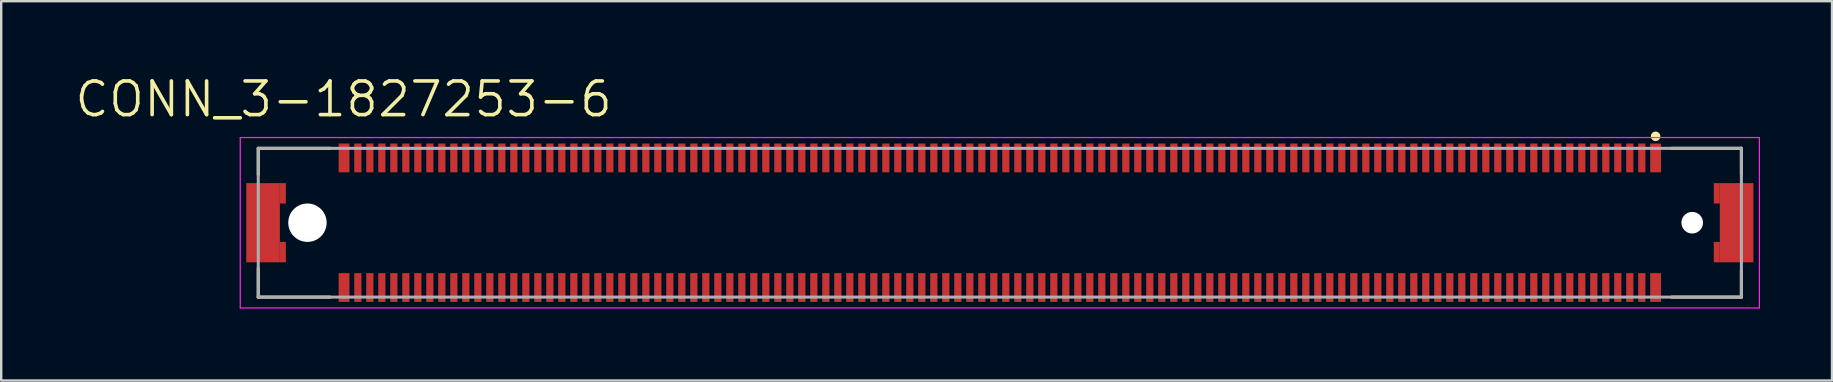
<source format=kicad_pcb>
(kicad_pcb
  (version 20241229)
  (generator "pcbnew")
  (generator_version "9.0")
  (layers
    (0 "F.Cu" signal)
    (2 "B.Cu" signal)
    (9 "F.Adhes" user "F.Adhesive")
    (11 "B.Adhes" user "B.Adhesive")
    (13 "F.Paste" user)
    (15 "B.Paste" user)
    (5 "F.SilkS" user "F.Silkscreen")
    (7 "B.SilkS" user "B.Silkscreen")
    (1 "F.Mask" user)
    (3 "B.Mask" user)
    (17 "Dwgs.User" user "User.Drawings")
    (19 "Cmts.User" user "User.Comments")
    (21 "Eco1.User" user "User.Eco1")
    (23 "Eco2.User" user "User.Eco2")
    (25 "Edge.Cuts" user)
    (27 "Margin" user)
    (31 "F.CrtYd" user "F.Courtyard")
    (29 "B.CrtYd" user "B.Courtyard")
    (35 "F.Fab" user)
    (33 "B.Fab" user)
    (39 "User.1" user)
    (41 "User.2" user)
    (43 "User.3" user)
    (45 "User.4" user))
  (footprint "CONN_3-1827253-6"
    (layer "F.Cu")
    (at 38.611 6.23)
    (property "Reference" "CONN_3-1827253-6" (at -27.344 -5.146 0) (layer "F.SilkS") (effects (font (size 1.402 1.402) (thickness 0.15))))
    (attr smd)
    (fp_line (start -30.9 -3.1) (end -30.9 -2) (stroke (width 0.127) (type solid)) (layer "F.SilkS"))
    (fp_line (start -30.9 -3.1) (end -27.9 -3.1) (stroke (width 0.127) (type solid)) (layer "F.SilkS"))
    (fp_line (start -30.9 1.9) (end -30.9 3.1) (stroke (width 0.127) (type solid)) (layer "F.SilkS"))
    (fp_line (start -30.9 3.1) (end -27.9 3.1) (stroke (width 0.127) (type solid)) (layer "F.SilkS"))
    (fp_line (start 28 -3.1) (end 30.9 -3.1) (stroke (width 0.127) (type solid)) (layer "F.SilkS"))
    (fp_line (start 30.9 -3.1) (end 30.9 -2) (stroke (width 0.127) (type solid)) (layer "F.SilkS"))
    (fp_line (start 30.9 2) (end 30.9 3.1) (stroke (width 0.127) (type solid)) (layer "F.SilkS"))
    (fp_line (start 30.9 3.1) (end 28 3.1) (stroke (width 0.127) (type solid)) (layer "F.SilkS"))
    (fp_circle (center 27.325 -3.6) (end 27.425 -3.6) (stroke (width 0.2) (type solid)) (fill no) (layer "F.SilkS"))
    (fp_line (start -31.65 -3.55) (end 31.65 -3.55) (stroke (width 0.05) (type solid)) (layer "F.CrtYd"))
    (fp_line (start -31.65 3.55) (end -31.65 -3.55) (stroke (width 0.05) (type solid)) (layer "F.CrtYd"))
    (fp_line (start 31.65 -3.55) (end 31.65 3.55) (stroke (width 0.05) (type solid)) (layer "F.CrtYd"))
    (fp_line (start 31.65 3.55) (end -31.65 3.55) (stroke (width 0.05) (type solid)) (layer "F.CrtYd"))
    (fp_line (start -30.9 -3.1) (end -30.9 3.1) (stroke (width 0.127) (type solid)) (layer "F.Fab"))
    (fp_line (start -30.9 -3.1) (end 30.9 -3.1) (stroke (width 0.127) (type solid)) (layer "F.Fab"))
    (fp_line (start -30.9 3.1) (end 30.9 3.1) (stroke (width 0.127) (type solid)) (layer "F.Fab"))
    (fp_line (start 30.9 -3.1) (end 30.9 3.1) (stroke (width 0.127) (type solid)) (layer "F.Fab"))
    (pad "" np_thru_hole circle (at -28.85 0) (size 1.6 1.6) (drill 1.6) (layers "*.Cu" "*.Mask"))
    (pad "" np_thru_hole circle (at 28.85 0) (size 0.9 0.9) (drill 0.9) (layers "*.Cu" "*.Mask"))
    (pad "1" smd rect (at 27.325 -2.7) (size 0.45 1.2) (layers "F.Cu" "F.Mask" "F.Paste"))
    (pad "2" smd rect (at 26.75 -2.7) (size 0.3 1.2) (layers "F.Cu" "F.Mask" "F.Paste"))
    (pad "3" smd rect (at 26.25 -2.7) (size 0.3 1.2) (layers "F.Cu" "F.Mask" "F.Paste"))
    (pad "4" smd rect (at 25.75 -2.7) (size 0.3 1.2) (layers "F.Cu" "F.Mask" "F.Paste"))
    (pad "5" smd rect (at 25.25 -2.7) (size 0.3 1.2) (layers "F.Cu" "F.Mask" "F.Paste"))
    (pad "6" smd rect (at 24.75 -2.7) (size 0.3 1.2) (layers "F.Cu" "F.Mask" "F.Paste"))
    (pad "7" smd rect (at 24.25 -2.7) (size 0.3 1.2) (layers "F.Cu" "F.Mask" "F.Paste"))
    (pad "8" smd rect (at 23.75 -2.7) (size 0.3 1.2) (layers "F.Cu" "F.Mask" "F.Paste"))
    (pad "9" smd rect (at 23.25 -2.7) (size 0.3 1.2) (layers "F.Cu" "F.Mask" "F.Paste"))
    (pad "10" smd rect (at 22.75 -2.7) (size 0.3 1.2) (layers "F.Cu" "F.Mask" "F.Paste"))
    (pad "11" smd rect (at 22.25 -2.7) (size 0.3 1.2) (layers "F.Cu" "F.Mask" "F.Paste"))
    (pad "12" smd rect (at 21.75 -2.7) (size 0.3 1.2) (layers "F.Cu" "F.Mask" "F.Paste"))
    (pad "13" smd rect (at 21.25 -2.7) (size 0.3 1.2) (layers "F.Cu" "F.Mask" "F.Paste"))
    (pad "14" smd rect (at 20.75 -2.7) (size 0.3 1.2) (layers "F.Cu" "F.Mask" "F.Paste"))
    (pad "15" smd rect (at 20.25 -2.7) (size 0.3 1.2) (layers "F.Cu" "F.Mask" "F.Paste"))
    (pad "16" smd rect (at 19.75 -2.7) (size 0.3 1.2) (layers "F.Cu" "F.Mask" "F.Paste"))
    (pad "17" smd rect (at 19.25 -2.7) (size 0.3 1.2) (layers "F.Cu" "F.Mask" "F.Paste"))
    (pad "18" smd rect (at 18.75 -2.7) (size 0.3 1.2) (layers "F.Cu" "F.Mask" "F.Paste"))
    (pad "19" smd rect (at 18.25 -2.7) (size 0.3 1.2) (layers "F.Cu" "F.Mask" "F.Paste"))
    (pad "20" smd rect (at 17.75 -2.7) (size 0.3 1.2) (layers "F.Cu" "F.Mask" "F.Paste"))
    (pad "21" smd rect (at 17.25 -2.7) (size 0.3 1.2) (layers "F.Cu" "F.Mask" "F.Paste"))
    (pad "22" smd rect (at 16.75 -2.7) (size 0.3 1.2) (layers "F.Cu" "F.Mask" "F.Paste"))
    (pad "23" smd rect (at 16.25 -2.7) (size 0.3 1.2) (layers "F.Cu" "F.Mask" "F.Paste"))
    (pad "24" smd rect (at 15.75 -2.7) (size 0.3 1.2) (layers "F.Cu" "F.Mask" "F.Paste"))
    (pad "25" smd rect (at 15.25 -2.7) (size 0.3 1.2) (layers "F.Cu" "F.Mask" "F.Paste"))
    (pad "26" smd rect (at 14.75 -2.7) (size 0.3 1.2) (layers "F.Cu" "F.Mask" "F.Paste"))
    (pad "27" smd rect (at 14.25 -2.7) (size 0.3 1.2) (layers "F.Cu" "F.Mask" "F.Paste"))
    (pad "28" smd rect (at 13.75 -2.7) (size 0.3 1.2) (layers "F.Cu" "F.Mask" "F.Paste"))
    (pad "29" smd rect (at 13.25 -2.7) (size 0.3 1.2) (layers "F.Cu" "F.Mask" "F.Paste"))
    (pad "30" smd rect (at 12.75 -2.7) (size 0.3 1.2) (layers "F.Cu" "F.Mask" "F.Paste"))
    (pad "31" smd rect (at 12.25 -2.7) (size 0.3 1.2) (layers "F.Cu" "F.Mask" "F.Paste"))
    (pad "32" smd rect (at 11.75 -2.7) (size 0.3 1.2) (layers "F.Cu" "F.Mask" "F.Paste"))
    (pad "33" smd rect (at 11.25 -2.7) (size 0.3 1.2) (layers "F.Cu" "F.Mask" "F.Paste"))
    (pad "34" smd rect (at 10.75 -2.7) (size 0.3 1.2) (layers "F.Cu" "F.Mask" "F.Paste"))
    (pad "35" smd rect (at 10.25 -2.7) (size 0.3 1.2) (layers "F.Cu" "F.Mask" "F.Paste"))
    (pad "36" smd rect (at 9.75 -2.7) (size 0.3 1.2) (layers "F.Cu" "F.Mask" "F.Paste"))
    (pad "37" smd rect (at 9.25 -2.7) (size 0.3 1.2) (layers "F.Cu" "F.Mask" "F.Paste"))
    (pad "38" smd rect (at 8.75 -2.7) (size 0.3 1.2) (layers "F.Cu" "F.Mask" "F.Paste"))
    (pad "39" smd rect (at 8.25 -2.7) (size 0.3 1.2) (layers "F.Cu" "F.Mask" "F.Paste"))
    (pad "40" smd rect (at 7.75 -2.7) (size 0.3 1.2) (layers "F.Cu" "F.Mask" "F.Paste"))
    (pad "41" smd rect (at 7.25 -2.7) (size 0.3 1.2) (layers "F.Cu" "F.Mask" "F.Paste"))
    (pad "42" smd rect (at 6.75 -2.7) (size 0.3 1.2) (layers "F.Cu" "F.Mask" "F.Paste"))
    (pad "43" smd rect (at 6.25 -2.7) (size 0.3 1.2) (layers "F.Cu" "F.Mask" "F.Paste"))
    (pad "44" smd rect (at 5.75 -2.7) (size 0.3 1.2) (layers "F.Cu" "F.Mask" "F.Paste"))
    (pad "45" smd rect (at 5.25 -2.7) (size 0.3 1.2) (layers "F.Cu" "F.Mask" "F.Paste"))
    (pad "46" smd rect (at 4.75 -2.7) (size 0.3 1.2) (layers "F.Cu" "F.Mask" "F.Paste"))
    (pad "47" smd rect (at 4.25 -2.7) (size 0.3 1.2) (layers "F.Cu" "F.Mask" "F.Paste"))
    (pad "48" smd rect (at 3.75 -2.7) (size 0.3 1.2) (layers "F.Cu" "F.Mask" "F.Paste"))
    (pad "49" smd rect (at 3.25 -2.7) (size 0.3 1.2) (layers "F.Cu" "F.Mask" "F.Paste"))
    (pad "50" smd rect (at 2.75 -2.7) (size 0.3 1.2) (layers "F.Cu" "F.Mask" "F.Paste"))
    (pad "51" smd rect (at 2.25 -2.7) (size 0.3 1.2) (layers "F.Cu" "F.Mask" "F.Paste"))
    (pad "52" smd rect (at 1.75 -2.7) (size 0.3 1.2) (layers "F.Cu" "F.Mask" "F.Paste"))
    (pad "53" smd rect (at 1.25 -2.7) (size 0.3 1.2) (layers "F.Cu" "F.Mask" "F.Paste"))
    (pad "54" smd rect (at 0.75 -2.7) (size 0.3 1.2) (layers "F.Cu" "F.Mask" "F.Paste"))
    (pad "55" smd rect (at 0.25 -2.7) (size 0.3 1.2) (layers "F.Cu" "F.Mask" "F.Paste"))
    (pad "56" smd rect (at -0.25 -2.7) (size 0.3 1.2) (layers "F.Cu" "F.Mask" "F.Paste"))
    (pad "57" smd rect (at -0.75 -2.7) (size 0.3 1.2) (layers "F.Cu" "F.Mask" "F.Paste"))
    (pad "58" smd rect (at -1.25 -2.7) (size 0.3 1.2) (layers "F.Cu" "F.Mask" "F.Paste"))
    (pad "59" smd rect (at -1.75 -2.7) (size 0.3 1.2) (layers "F.Cu" "F.Mask" "F.Paste"))
    (pad "60" smd rect (at -2.25 -2.7) (size 0.3 1.2) (layers "F.Cu" "F.Mask" "F.Paste"))
    (pad "61" smd rect (at -2.75 -2.7) (size 0.3 1.2) (layers "F.Cu" "F.Mask" "F.Paste"))
    (pad "62" smd rect (at -3.25 -2.7) (size 0.3 1.2) (layers "F.Cu" "F.Mask" "F.Paste"))
    (pad "63" smd rect (at -3.75 -2.7) (size 0.3 1.2) (layers "F.Cu" "F.Mask" "F.Paste"))
    (pad "64" smd rect (at -4.25 -2.7) (size 0.3 1.2) (layers "F.Cu" "F.Mask" "F.Paste"))
    (pad "65" smd rect (at -4.75 -2.7) (size 0.3 1.2) (layers "F.Cu" "F.Mask" "F.Paste"))
    (pad "66" smd rect (at -5.25 -2.7) (size 0.3 1.2) (layers "F.Cu" "F.Mask" "F.Paste"))
    (pad "67" smd rect (at -5.75 -2.7) (size 0.3 1.2) (layers "F.Cu" "F.Mask" "F.Paste"))
    (pad "68" smd rect (at -6.25 -2.7) (size 0.3 1.2) (layers "F.Cu" "F.Mask" "F.Paste"))
    (pad "69" smd rect (at -6.75 -2.7) (size 0.3 1.2) (layers "F.Cu" "F.Mask" "F.Paste"))
    (pad "70" smd rect (at -7.25 -2.7) (size 0.3 1.2) (layers "F.Cu" "F.Mask" "F.Paste"))
    (pad "71" smd rect (at -7.75 -2.7) (size 0.3 1.2) (layers "F.Cu" "F.Mask" "F.Paste"))
    (pad "72" smd rect (at -8.25 -2.7) (size 0.3 1.2) (layers "F.Cu" "F.Mask" "F.Paste"))
    (pad "73" smd rect (at -8.75 -2.7) (size 0.3 1.2) (layers "F.Cu" "F.Mask" "F.Paste"))
    (pad "74" smd rect (at -9.25 -2.7) (size 0.3 1.2) (layers "F.Cu" "F.Mask" "F.Paste"))
    (pad "75" smd rect (at -9.75 -2.7) (size 0.3 1.2) (layers "F.Cu" "F.Mask" "F.Paste"))
    (pad "76" smd rect (at -10.25 -2.7) (size 0.3 1.2) (layers "F.Cu" "F.Mask" "F.Paste"))
    (pad "77" smd rect (at -10.75 -2.7) (size 0.3 1.2) (layers "F.Cu" "F.Mask" "F.Paste"))
    (pad "78" smd rect (at -11.25 -2.7) (size 0.3 1.2) (layers "F.Cu" "F.Mask" "F.Paste"))
    (pad "79" smd rect (at -11.75 -2.7) (size 0.3 1.2) (layers "F.Cu" "F.Mask" "F.Paste"))
    (pad "80" smd rect (at -12.25 -2.7) (size 0.3 1.2) (layers "F.Cu" "F.Mask" "F.Paste"))
    (pad "81" smd rect (at -12.75 -2.7) (size 0.3 1.2) (layers "F.Cu" "F.Mask" "F.Paste"))
    (pad "82" smd rect (at -13.25 -2.7) (size 0.3 1.2) (layers "F.Cu" "F.Mask" "F.Paste"))
    (pad "83" smd rect (at -13.75 -2.7) (size 0.3 1.2) (layers "F.Cu" "F.Mask" "F.Paste"))
    (pad "84" smd rect (at -14.25 -2.7) (size 0.3 1.2) (layers "F.Cu" "F.Mask" "F.Paste"))
    (pad "85" smd rect (at -14.75 -2.7) (size 0.3 1.2) (layers "F.Cu" "F.Mask" "F.Paste"))
    (pad "86" smd rect (at -15.25 -2.7) (size 0.3 1.2) (layers "F.Cu" "F.Mask" "F.Paste"))
    (pad "87" smd rect (at -15.75 -2.7) (size 0.3 1.2) (layers "F.Cu" "F.Mask" "F.Paste"))
    (pad "88" smd rect (at -16.25 -2.7) (size 0.3 1.2) (layers "F.Cu" "F.Mask" "F.Paste"))
    (pad "89" smd rect (at -16.75 -2.7) (size 0.3 1.2) (layers "F.Cu" "F.Mask" "F.Paste"))
    (pad "90" smd rect (at -17.25 -2.7) (size 0.3 1.2) (layers "F.Cu" "F.Mask" "F.Paste"))
    (pad "91" smd rect (at -17.75 -2.7) (size 0.3 1.2) (layers "F.Cu" "F.Mask" "F.Paste"))
    (pad "92" smd rect (at -18.25 -2.7) (size 0.3 1.2) (layers "F.Cu" "F.Mask" "F.Paste"))
    (pad "93" smd rect (at -18.75 -2.7) (size 0.3 1.2) (layers "F.Cu" "F.Mask" "F.Paste"))
    (pad "94" smd rect (at -19.25 -2.7) (size 0.3 1.2) (layers "F.Cu" "F.Mask" "F.Paste"))
    (pad "95" smd rect (at -19.75 -2.7) (size 0.3 1.2) (layers "F.Cu" "F.Mask" "F.Paste"))
    (pad "96" smd rect (at -20.25 -2.7) (size 0.3 1.2) (layers "F.Cu" "F.Mask" "F.Paste"))
    (pad "97" smd rect (at -20.75 -2.7) (size 0.3 1.2) (layers "F.Cu" "F.Mask" "F.Paste"))
    (pad "98" smd rect (at -21.25 -2.7) (size 0.3 1.2) (layers "F.Cu" "F.Mask" "F.Paste"))
    (pad "99" smd rect (at -21.75 -2.7) (size 0.3 1.2) (layers "F.Cu" "F.Mask" "F.Paste"))
    (pad "100" smd rect (at -22.25 -2.7) (size 0.3 1.2) (layers "F.Cu" "F.Mask" "F.Paste"))
    (pad "101" smd rect (at -22.75 -2.7) (size 0.3 1.2) (layers "F.Cu" "F.Mask" "F.Paste"))
    (pad "102" smd rect (at -23.25 -2.7) (size 0.3 1.2) (layers "F.Cu" "F.Mask" "F.Paste"))
    (pad "103" smd rect (at -23.75 -2.7) (size 0.3 1.2) (layers "F.Cu" "F.Mask" "F.Paste"))
    (pad "104" smd rect (at -24.25 -2.7) (size 0.3 1.2) (layers "F.Cu" "F.Mask" "F.Paste"))
    (pad "105" smd rect (at -24.75 -2.7) (size 0.3 1.2) (layers "F.Cu" "F.Mask" "F.Paste"))
    (pad "106" smd rect (at -25.25 -2.7) (size 0.3 1.2) (layers "F.Cu" "F.Mask" "F.Paste"))
    (pad "107" smd rect (at -25.75 -2.7) (size 0.3 1.2) (layers "F.Cu" "F.Mask" "F.Paste"))
    (pad "108" smd rect (at -26.25 -2.7) (size 0.3 1.2) (layers "F.Cu" "F.Mask" "F.Paste"))
    (pad "109" smd rect (at -26.75 -2.7) (size 0.3 1.2) (layers "F.Cu" "F.Mask" "F.Paste"))
    (pad "110" smd rect (at -27.325 -2.7) (size 0.45 1.2) (layers "F.Cu" "F.Mask" "F.Paste"))
    (pad "111" smd rect (at -27.325 2.7) (size 0.45 1.2) (layers "F.Cu" "F.Mask" "F.Paste"))
    (pad "112" smd rect (at -26.75 2.7) (size 0.3 1.2) (layers "F.Cu" "F.Mask" "F.Paste"))
    (pad "113" smd rect (at -26.25 2.7) (size 0.3 1.2) (layers "F.Cu" "F.Mask" "F.Paste"))
    (pad "114" smd rect (at -25.75 2.7) (size 0.3 1.2) (layers "F.Cu" "F.Mask" "F.Paste"))
    (pad "115" smd rect (at -25.25 2.7) (size 0.3 1.2) (layers "F.Cu" "F.Mask" "F.Paste"))
    (pad "116" smd rect (at -24.75 2.7) (size 0.3 1.2) (layers "F.Cu" "F.Mask" "F.Paste"))
    (pad "117" smd rect (at -24.25 2.7) (size 0.3 1.2) (layers "F.Cu" "F.Mask" "F.Paste"))
    (pad "118" smd rect (at -23.75 2.7) (size 0.3 1.2) (layers "F.Cu" "F.Mask" "F.Paste"))
    (pad "119" smd rect (at -23.25 2.7) (size 0.3 1.2) (layers "F.Cu" "F.Mask" "F.Paste"))
    (pad "120" smd rect (at -22.75 2.7) (size 0.3 1.2) (layers "F.Cu" "F.Mask" "F.Paste"))
    (pad "121" smd rect (at -22.25 2.7) (size 0.3 1.2) (layers "F.Cu" "F.Mask" "F.Paste"))
    (pad "122" smd rect (at -21.75 2.7) (size 0.3 1.2) (layers "F.Cu" "F.Mask" "F.Paste"))
    (pad "123" smd rect (at -21.25 2.7) (size 0.3 1.2) (layers "F.Cu" "F.Mask" "F.Paste"))
    (pad "124" smd rect (at -20.75 2.7) (size 0.3 1.2) (layers "F.Cu" "F.Mask" "F.Paste"))
    (pad "125" smd rect (at -20.25 2.7) (size 0.3 1.2) (layers "F.Cu" "F.Mask" "F.Paste"))
    (pad "126" smd rect (at -19.75 2.7) (size 0.3 1.2) (layers "F.Cu" "F.Mask" "F.Paste"))
    (pad "127" smd rect (at -19.25 2.7) (size 0.3 1.2) (layers "F.Cu" "F.Mask" "F.Paste"))
    (pad "128" smd rect (at -18.75 2.7) (size 0.3 1.2) (layers "F.Cu" "F.Mask" "F.Paste"))
    (pad "129" smd rect (at -18.25 2.7) (size 0.3 1.2) (layers "F.Cu" "F.Mask" "F.Paste"))
    (pad "130" smd rect (at -17.75 2.7) (size 0.3 1.2) (layers "F.Cu" "F.Mask" "F.Paste"))
    (pad "131" smd rect (at -17.25 2.7) (size 0.3 1.2) (layers "F.Cu" "F.Mask" "F.Paste"))
    (pad "132" smd rect (at -16.75 2.7) (size 0.3 1.2) (layers "F.Cu" "F.Mask" "F.Paste"))
    (pad "133" smd rect (at -16.25 2.7) (size 0.3 1.2) (layers "F.Cu" "F.Mask" "F.Paste"))
    (pad "134" smd rect (at -15.75 2.7) (size 0.3 1.2) (layers "F.Cu" "F.Mask" "F.Paste"))
    (pad "135" smd rect (at -15.25 2.7) (size 0.3 1.2) (layers "F.Cu" "F.Mask" "F.Paste"))
    (pad "136" smd rect (at -14.75 2.7) (size 0.3 1.2) (layers "F.Cu" "F.Mask" "F.Paste"))
    (pad "137" smd rect (at -14.25 2.7) (size 0.3 1.2) (layers "F.Cu" "F.Mask" "F.Paste"))
    (pad "138" smd rect (at -13.75 2.7) (size 0.3 1.2) (layers "F.Cu" "F.Mask" "F.Paste"))
    (pad "139" smd rect (at -13.25 2.7) (size 0.3 1.2) (layers "F.Cu" "F.Mask" "F.Paste"))
    (pad "140" smd rect (at -12.75 2.7) (size 0.3 1.2) (layers "F.Cu" "F.Mask" "F.Paste"))
    (pad "141" smd rect (at -12.25 2.7) (size 0.3 1.2) (layers "F.Cu" "F.Mask" "F.Paste"))
    (pad "142" smd rect (at -11.75 2.7) (size 0.3 1.2) (layers "F.Cu" "F.Mask" "F.Paste"))
    (pad "143" smd rect (at -11.25 2.7) (size 0.3 1.2) (layers "F.Cu" "F.Mask" "F.Paste"))
    (pad "144" smd rect (at -10.75 2.7) (size 0.3 1.2) (layers "F.Cu" "F.Mask" "F.Paste"))
    (pad "145" smd rect (at -10.25 2.7) (size 0.3 1.2) (layers "F.Cu" "F.Mask" "F.Paste"))
    (pad "146" smd rect (at -9.75 2.7) (size 0.3 1.2) (layers "F.Cu" "F.Mask" "F.Paste"))
    (pad "147" smd rect (at -9.25 2.7) (size 0.3 1.2) (layers "F.Cu" "F.Mask" "F.Paste"))
    (pad "148" smd rect (at -8.75 2.7) (size 0.3 1.2) (layers "F.Cu" "F.Mask" "F.Paste"))
    (pad "149" smd rect (at -8.25 2.7) (size 0.3 1.2) (layers "F.Cu" "F.Mask" "F.Paste"))
    (pad "150" smd rect (at -7.75 2.7) (size 0.3 1.2) (layers "F.Cu" "F.Mask" "F.Paste"))
    (pad "151" smd rect (at -7.25 2.7) (size 0.3 1.2) (layers "F.Cu" "F.Mask" "F.Paste"))
    (pad "152" smd rect (at -6.75 2.7) (size 0.3 1.2) (layers "F.Cu" "F.Mask" "F.Paste"))
    (pad "153" smd rect (at -6.25 2.7) (size 0.3 1.2) (layers "F.Cu" "F.Mask" "F.Paste"))
    (pad "154" smd rect (at -5.75 2.7) (size 0.3 1.2) (layers "F.Cu" "F.Mask" "F.Paste"))
    (pad "155" smd rect (at -5.25 2.7) (size 0.3 1.2) (layers "F.Cu" "F.Mask" "F.Paste"))
    (pad "156" smd rect (at -4.75 2.7) (size 0.3 1.2) (layers "F.Cu" "F.Mask" "F.Paste"))
    (pad "157" smd rect (at -4.25 2.7) (size 0.3 1.2) (layers "F.Cu" "F.Mask" "F.Paste"))
    (pad "158" smd rect (at -3.75 2.7) (size 0.3 1.2) (layers "F.Cu" "F.Mask" "F.Paste"))
    (pad "159" smd rect (at -3.25 2.7) (size 0.3 1.2) (layers "F.Cu" "F.Mask" "F.Paste"))
    (pad "160" smd rect (at -2.75 2.7) (size 0.3 1.2) (layers "F.Cu" "F.Mask" "F.Paste"))
    (pad "161" smd rect (at -2.25 2.7) (size 0.3 1.2) (layers "F.Cu" "F.Mask" "F.Paste"))
    (pad "162" smd rect (at -1.75 2.7) (size 0.3 1.2) (layers "F.Cu" "F.Mask" "F.Paste"))
    (pad "163" smd rect (at -1.25 2.7) (size 0.3 1.2) (layers "F.Cu" "F.Mask" "F.Paste"))
    (pad "164" smd rect (at -0.75 2.7) (size 0.3 1.2) (layers "F.Cu" "F.Mask" "F.Paste"))
    (pad "165" smd rect (at -0.25 2.7) (size 0.3 1.2) (layers "F.Cu" "F.Mask" "F.Paste"))
    (pad "166" smd rect (at 0.25 2.7) (size 0.3 1.2) (layers "F.Cu" "F.Mask" "F.Paste"))
    (pad "167" smd rect (at 0.75 2.7) (size 0.3 1.2) (layers "F.Cu" "F.Mask" "F.Paste"))
    (pad "168" smd rect (at 1.25 2.7) (size 0.3 1.2) (layers "F.Cu" "F.Mask" "F.Paste"))
    (pad "169" smd rect (at 1.75 2.7) (size 0.3 1.2) (layers "F.Cu" "F.Mask" "F.Paste"))
    (pad "170" smd rect (at 2.25 2.7) (size 0.3 1.2) (layers "F.Cu" "F.Mask" "F.Paste"))
    (pad "171" smd rect (at 2.75 2.7) (size 0.3 1.2) (layers "F.Cu" "F.Mask" "F.Paste"))
    (pad "172" smd rect (at 3.25 2.7) (size 0.3 1.2) (layers "F.Cu" "F.Mask" "F.Paste"))
    (pad "173" smd rect (at 3.75 2.7) (size 0.3 1.2) (layers "F.Cu" "F.Mask" "F.Paste"))
    (pad "174" smd rect (at 4.25 2.7) (size 0.3 1.2) (layers "F.Cu" "F.Mask" "F.Paste"))
    (pad "175" smd rect (at 4.75 2.7) (size 0.3 1.2) (layers "F.Cu" "F.Mask" "F.Paste"))
    (pad "176" smd rect (at 5.25 2.7) (size 0.3 1.2) (layers "F.Cu" "F.Mask" "F.Paste"))
    (pad "177" smd rect (at 5.75 2.7) (size 0.3 1.2) (layers "F.Cu" "F.Mask" "F.Paste"))
    (pad "178" smd rect (at 6.25 2.7) (size 0.3 1.2) (layers "F.Cu" "F.Mask" "F.Paste"))
    (pad "179" smd rect (at 6.75 2.7) (size 0.3 1.2) (layers "F.Cu" "F.Mask" "F.Paste"))
    (pad "180" smd rect (at 7.25 2.7) (size 0.3 1.2) (layers "F.Cu" "F.Mask" "F.Paste"))
    (pad "181" smd rect (at 7.75 2.7) (size 0.3 1.2) (layers "F.Cu" "F.Mask" "F.Paste"))
    (pad "182" smd rect (at 8.25 2.7) (size 0.3 1.2) (layers "F.Cu" "F.Mask" "F.Paste"))
    (pad "183" smd rect (at 8.75 2.7) (size 0.3 1.2) (layers "F.Cu" "F.Mask" "F.Paste"))
    (pad "184" smd rect (at 9.25 2.7) (size 0.3 1.2) (layers "F.Cu" "F.Mask" "F.Paste"))
    (pad "185" smd rect (at 9.75 2.7) (size 0.3 1.2) (layers "F.Cu" "F.Mask" "F.Paste"))
    (pad "186" smd rect (at 10.25 2.7) (size 0.3 1.2) (layers "F.Cu" "F.Mask" "F.Paste"))
    (pad "187" smd rect (at 10.75 2.7) (size 0.3 1.2) (layers "F.Cu" "F.Mask" "F.Paste"))
    (pad "188" smd rect (at 11.25 2.7) (size 0.3 1.2) (layers "F.Cu" "F.Mask" "F.Paste"))
    (pad "189" smd rect (at 11.75 2.7) (size 0.3 1.2) (layers "F.Cu" "F.Mask" "F.Paste"))
    (pad "190" smd rect (at 12.25 2.7) (size 0.3 1.2) (layers "F.Cu" "F.Mask" "F.Paste"))
    (pad "191" smd rect (at 12.75 2.7) (size 0.3 1.2) (layers "F.Cu" "F.Mask" "F.Paste"))
    (pad "192" smd rect (at 13.25 2.7) (size 0.3 1.2) (layers "F.Cu" "F.Mask" "F.Paste"))
    (pad "193" smd rect (at 13.75 2.7) (size 0.3 1.2) (layers "F.Cu" "F.Mask" "F.Paste"))
    (pad "194" smd rect (at 14.25 2.7) (size 0.3 1.2) (layers "F.Cu" "F.Mask" "F.Paste"))
    (pad "195" smd rect (at 14.75 2.7) (size 0.3 1.2) (layers "F.Cu" "F.Mask" "F.Paste"))
    (pad "196" smd rect (at 15.25 2.7) (size 0.3 1.2) (layers "F.Cu" "F.Mask" "F.Paste"))
    (pad "197" smd rect (at 15.75 2.7) (size 0.3 1.2) (layers "F.Cu" "F.Mask" "F.Paste"))
    (pad "198" smd rect (at 16.25 2.7) (size 0.3 1.2) (layers "F.Cu" "F.Mask" "F.Paste"))
    (pad "199" smd rect (at 16.75 2.7) (size 0.3 1.2) (layers "F.Cu" "F.Mask" "F.Paste"))
    (pad "200" smd rect (at 17.25 2.7) (size 0.3 1.2) (layers "F.Cu" "F.Mask" "F.Paste"))
    (pad "201" smd rect (at 17.75 2.7) (size 0.3 1.2) (layers "F.Cu" "F.Mask" "F.Paste"))
    (pad "202" smd rect (at 18.25 2.7) (size 0.3 1.2) (layers "F.Cu" "F.Mask" "F.Paste"))
    (pad "203" smd rect (at 18.75 2.7) (size 0.3 1.2) (layers "F.Cu" "F.Mask" "F.Paste"))
    (pad "204" smd rect (at 19.25 2.7) (size 0.3 1.2) (layers "F.Cu" "F.Mask" "F.Paste"))
    (pad "205" smd rect (at 19.75 2.7) (size 0.3 1.2) (layers "F.Cu" "F.Mask" "F.Paste"))
    (pad "206" smd rect (at 20.25 2.7) (size 0.3 1.2) (layers "F.Cu" "F.Mask" "F.Paste"))
    (pad "207" smd rect (at 20.75 2.7) (size 0.3 1.2) (layers "F.Cu" "F.Mask" "F.Paste"))
    (pad "208" smd rect (at 21.25 2.7) (size 0.3 1.2) (layers "F.Cu" "F.Mask" "F.Paste"))
    (pad "209" smd rect (at 21.75 2.7) (size 0.3 1.2) (layers "F.Cu" "F.Mask" "F.Paste"))
    (pad "210" smd rect (at 22.25 2.7) (size 0.3 1.2) (layers "F.Cu" "F.Mask" "F.Paste"))
    (pad "211" smd rect (at 22.75 2.7) (size 0.3 1.2) (layers "F.Cu" "F.Mask" "F.Paste"))
    (pad "212" smd rect (at 23.25 2.7) (size 0.3 1.2) (layers "F.Cu" "F.Mask" "F.Paste"))
    (pad "213" smd rect (at 23.75 2.7) (size 0.3 1.2) (layers "F.Cu" "F.Mask" "F.Paste"))
    (pad "214" smd rect (at 24.25 2.7) (size 0.3 1.2) (layers "F.Cu" "F.Mask" "F.Paste"))
    (pad "215" smd rect (at 24.75 2.7) (size 0.3 1.2) (layers "F.Cu" "F.Mask" "F.Paste"))
    (pad "216" smd rect (at 25.25 2.7) (size 0.3 1.2) (layers "F.Cu" "F.Mask" "F.Paste"))
    (pad "217" smd rect (at 25.75 2.7) (size 0.3 1.2) (layers "F.Cu" "F.Mask" "F.Paste"))
    (pad "218" smd rect (at 26.25 2.7) (size 0.3 1.2) (layers "F.Cu" "F.Mask" "F.Paste"))
    (pad "219" smd rect (at 26.75 2.7) (size 0.3 1.2) (layers "F.Cu" "F.Mask" "F.Paste"))
    (pad "220" smd rect (at 27.325 2.7) (size 0.45 1.2) (layers "F.Cu" "F.Mask" "F.Paste"))
    (pad "221" smd rect (at -30.7 0) (size 1.4 3.3) (layers "F.Cu" "F.Mask" "F.Paste"))
    (pad "221.1" smd rect (at -29.875 -1.225) (size 0.25 0.85) (layers "F.Cu" "F.Mask" "F.Paste"))
    (pad "221.2" smd rect (at -29.875 1.225) (size 0.25 0.85) (layers "F.Cu" "F.Mask" "F.Paste"))
    (pad "222" smd rect (at 30.7 0) (size 1.4 3.3) (layers "F.Cu" "F.Mask" "F.Paste"))
    (pad "222.1" smd rect (at 29.875 -1.225) (size 0.25 0.85) (layers "F.Cu" "F.Mask" "F.Paste"))
    (pad "222.2" smd rect (at 29.875 1.225) (size 0.25 0.85) (layers "F.Cu" "F.Mask" "F.Paste")))
  (gr_rect
    (start -3 -3)
    (end 73.286 12.805)
    (stroke (width 0.1) (type default))
    (fill no)
    (layer "Edge.Cuts")))
</source>
